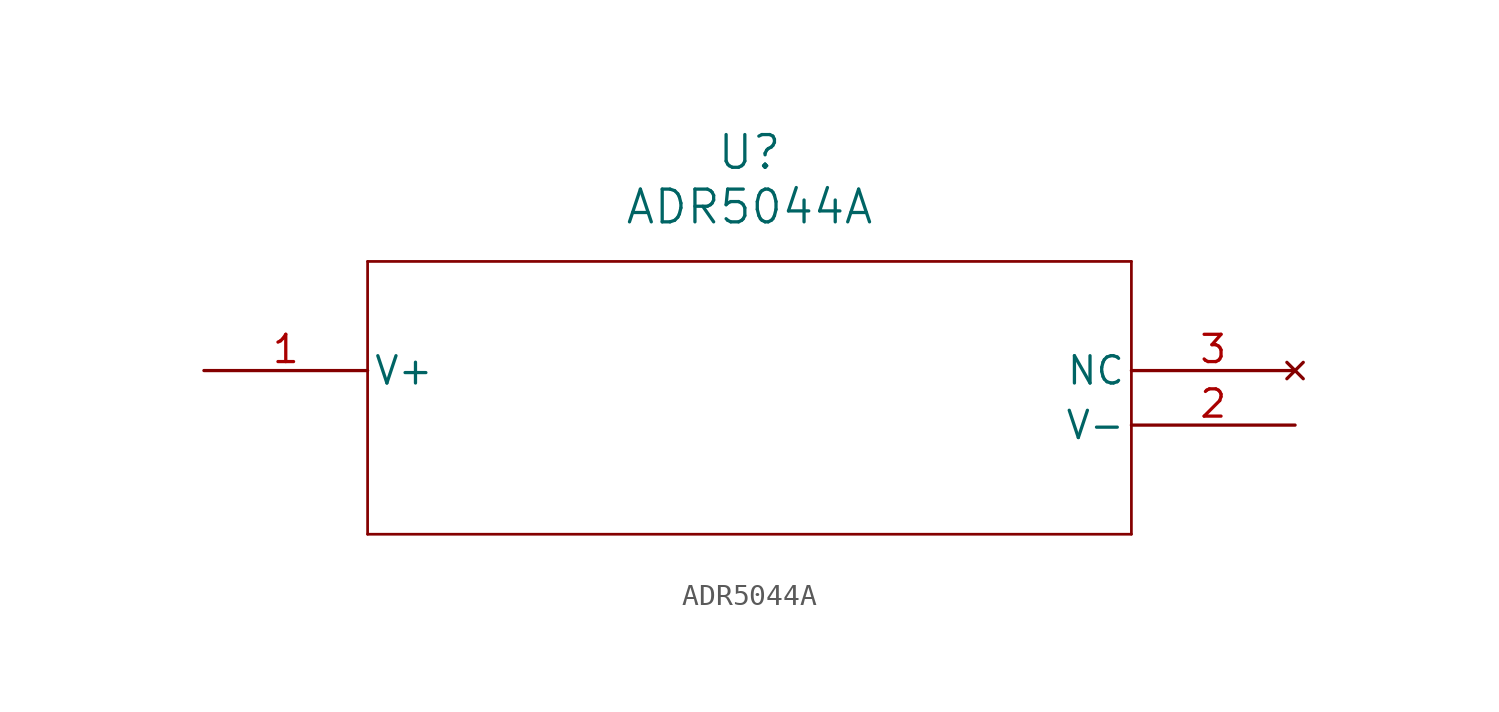
<source format=kicad_sym>
(kicad_symbol_lib
  (version 20220914)
  (generator kicad_symbol_editor)
  (symbol "ADR5044A"
    (pin_names
      (offset 0.254))
    (property "Reference" "U"
      (at 25.4 10.16 0)
      (effects (font (size 1.524 1.524))))
    (property "Value" "ADR5044A"
      (at 25.4 7.62 0)
      (effects (font (size 1.524 1.524))))
    (property "MPN" ""
      (at 0 0 0)
      (effects (font (size 1.27 1.27))))
    (symbol "ADR5044A_0_1"
      (polyline (pts (xy 7.62 -7.62) (xy 43.18 -7.62)) (stroke (width 0.127) (type default)) (fill (type none)))
      (polyline (pts (xy 7.62 5.08) (xy 7.62 -7.62)) (stroke (width 0.127) (type default)) (fill (type none)))
      (polyline (pts (xy 43.18 -7.62) (xy 43.18 5.08)) (stroke (width 0.127) (type default)) (fill (type none)))
      (polyline (pts (xy 43.18 5.08) (xy 7.62 5.08)) (stroke (width 0.127) (type default)) (fill (type none)))
      (pin power_in line (at 0 0 0) (length 7.62) (name "V+" (effects (font (size 1.27 1.27)))) (number "1" (effects (font (size 1.27 1.27)))))
      (pin power_in line (at 50.8 -2.54 180) (length 7.62) (name "V-" (effects (font (size 1.27 1.27)))) (number "2" (effects (font (size 1.27 1.27)))))
      (pin no_connect line (at 50.8 0 180) (length 7.62) (name "NC" (effects (font (size 1.27 1.27)))) (number "3" (effects (font (size 1.27 1.27))))))))
</source>
